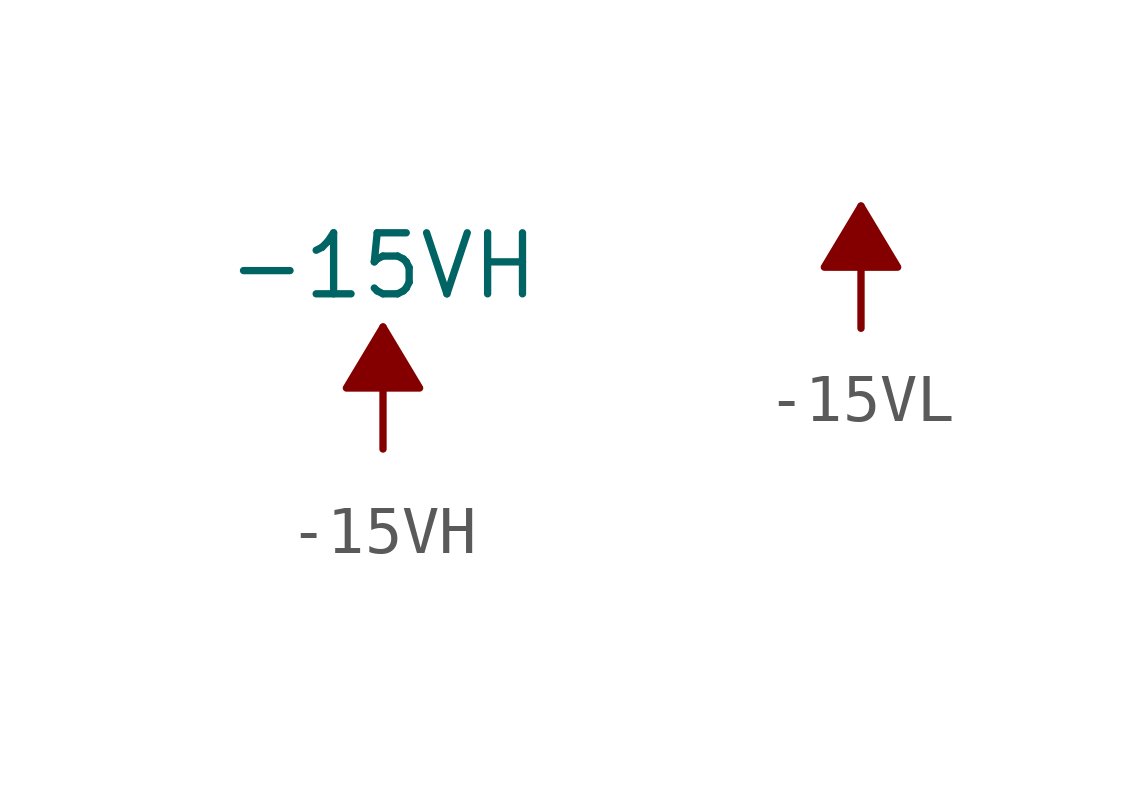
<source format=kicad_sym>
(kicad_symbol_lib
  (version 20220914)
  (generator kicad_symbol_editor)
  (symbol "-15VH"
    (power)
    (property "Reference" "#PWR"
      (at 0 -1.778 0)
      (effects (font (size 1.27 1.27)) hide))
    (property "Value" "-15VH"
      (at 0 3.81 0)
      (effects (font (size 1.27 1.27))))
    (symbol "-15VH_0_1"
      (polyline (pts (xy 0 0) (xy 0 2.54)) (stroke (width 0) (type default)) (fill (type none))))
    (symbol "-15VH_1_0"
      (pin power_in line (at 0 0 180) (length 0) hide (name "-15VH" (effects (font (size 1.27 1.27)))) (number "1" (effects (font (size 1.27 1.27))))))
    (symbol "-15VH_1_1"
      (polyline (pts (xy 0 2.54) (xy -0.762 1.27) (xy 0.762 1.27) (xy 0 2.54)) (stroke (width 0) (type default)) (fill (type outline)))))
  (symbol "-15VL"
    (property "Reference" "#PWR"
      (at -0.254 -1.778 0)
      (effects (font (size 1.27 1.27)) hide))
    (property "Value" ""
      (at 0 0 0)
      (effects (font (size 1.27 1.27))))
    (symbol "-15VL_0_1"
      (polyline (pts (xy 0 0) (xy 0 2.54)) (stroke (width 0) (type default)) (fill (type none))))
    (symbol "-15VL_1_0"
      (pin power_in line (at 0 0 180) (length 0) hide (name "-15VL" (effects (font (size 1.27 1.27)))) (number "1" (effects (font (size 1.27 1.27))))))
    (symbol "-15VL_1_1"
      (polyline (pts (xy 0 2.54) (xy -0.762 1.27) (xy 0.762 1.27) (xy 0 2.54)) (stroke (width 0) (type default)) (fill (type outline))))))
</source>
